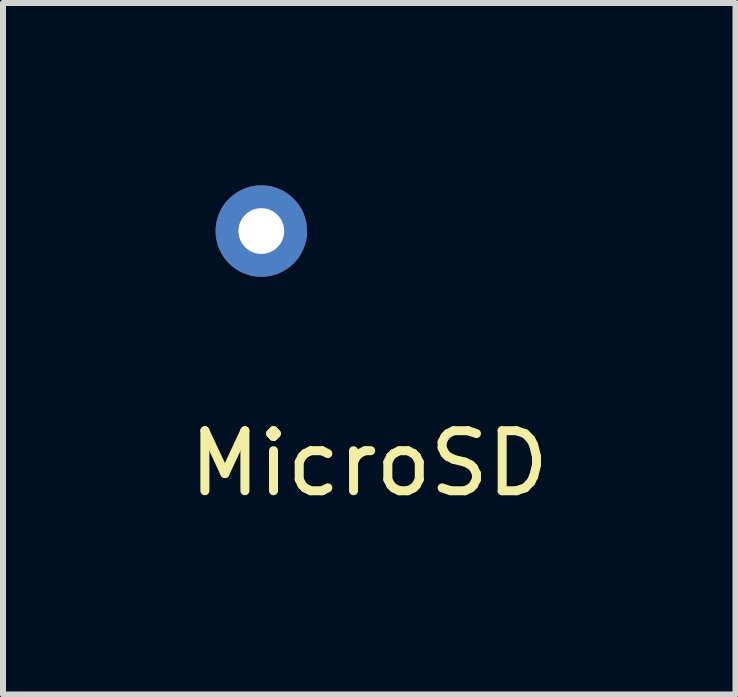
<source format=kicad_pcb>
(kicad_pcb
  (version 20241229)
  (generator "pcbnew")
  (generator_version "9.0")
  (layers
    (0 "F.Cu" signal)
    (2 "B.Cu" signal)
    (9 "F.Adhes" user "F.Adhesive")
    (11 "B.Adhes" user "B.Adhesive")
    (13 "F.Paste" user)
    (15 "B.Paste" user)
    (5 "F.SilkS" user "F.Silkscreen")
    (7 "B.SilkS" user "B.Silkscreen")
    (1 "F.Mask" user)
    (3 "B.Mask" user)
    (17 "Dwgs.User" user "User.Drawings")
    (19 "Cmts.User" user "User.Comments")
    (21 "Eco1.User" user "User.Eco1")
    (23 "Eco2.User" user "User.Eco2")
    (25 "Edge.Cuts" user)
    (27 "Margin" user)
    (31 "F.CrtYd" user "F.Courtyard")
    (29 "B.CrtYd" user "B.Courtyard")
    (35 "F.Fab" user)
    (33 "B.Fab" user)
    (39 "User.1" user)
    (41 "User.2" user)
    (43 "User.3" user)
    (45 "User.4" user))
  (footprint "MicroSD"
    (layer "F.Cu")
    (at 2.329 0.25)
    (property "Reference" "MicroSD" (at 0.772 4.42 0) (layer "F.SilkS") (effects (font (size 1 1) (thickness 0.15))))
    (attr through_hole)
    (pad "1" thru_hole circle (at -1.026 0.549) (size 1.524 1.524) (drill 0.762) (layers "*.Cu" "*.Mask")))
  (gr_rect
    (start -3 -3)
    (end 9.202 8.518)
    (stroke (width 0.1) (type default))
    (fill no)
    (layer "Edge.Cuts")))
</source>
